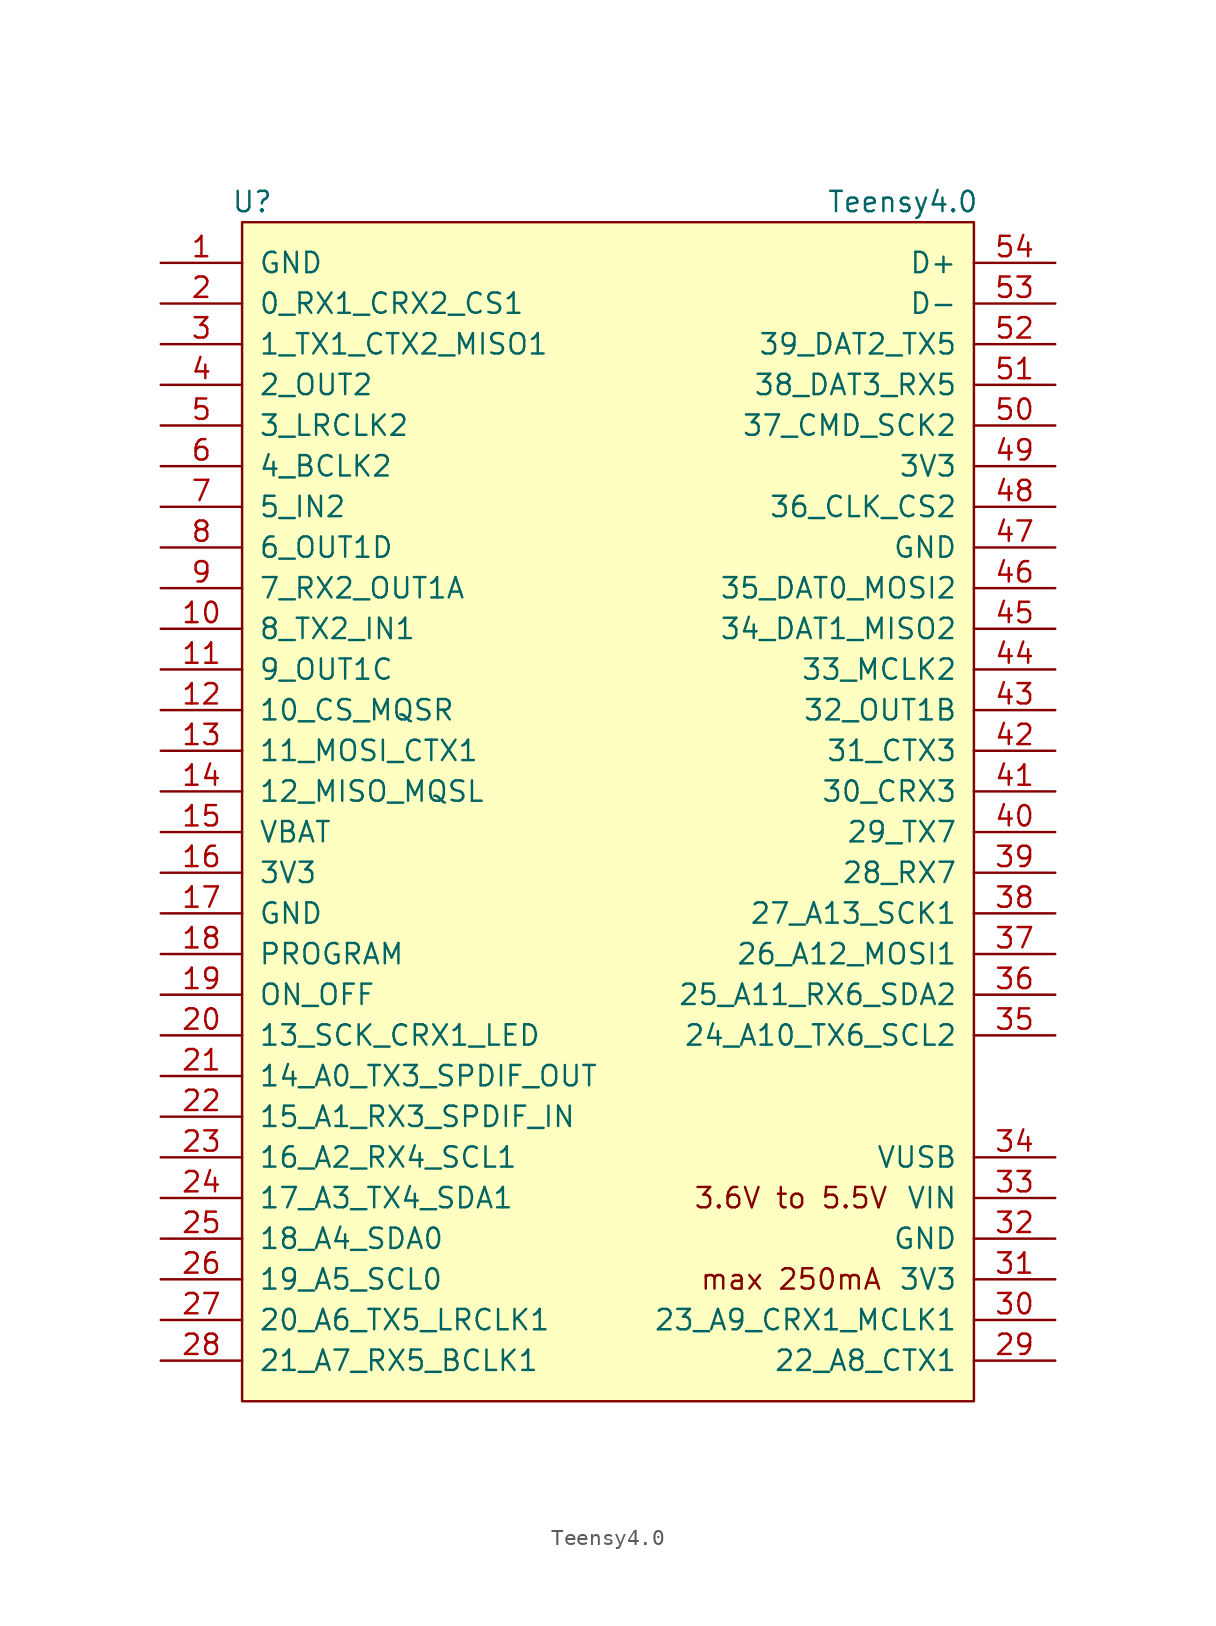
<source format=kicad_sym>
(kicad_symbol_lib
  (version 20211014)
  (generator kicad_symbol_editor)
  (symbol "Teensy4.0"
    (pin_names
      (offset 1.016))
    (property "Reference" "U"
      (at -22.225 38.1 0)
      (effects (font (size 1.27 1.27))))
    (property "Value" "Teensy4.0"
      (at 18.415 38.1 0)
      (effects (font (size 1.27 1.27))))
    (symbol "Teensy4.0_0_0"
      (text "3.6V to 5.5V" (at 11.43 -24.13 0) (effects (font (size 1.27 1.27))))
      (text "max 250mA" (at 11.43 -29.21 0) (effects (font (size 1.27 1.27))))
      (pin bidirectional line (at -27.94 11.43 0) (length 5.08) (name "8_TX2_IN1" (effects (font (size 1.27 1.27)))) (number "10" (effects (font (size 1.27 1.27)))))
      (pin bidirectional line (at -27.94 8.89 0) (length 5.08) (name "9_OUT1C" (effects (font (size 1.27 1.27)))) (number "11" (effects (font (size 1.27 1.27)))))
      (pin bidirectional line (at -27.94 6.35 0) (length 5.08) (name "10_CS_MQSR" (effects (font (size 1.27 1.27)))) (number "12" (effects (font (size 1.27 1.27)))))
      (pin bidirectional line (at -27.94 3.81 0) (length 5.08) (name "11_MOSI_CTX1" (effects (font (size 1.27 1.27)))) (number "13" (effects (font (size 1.27 1.27)))))
      (pin bidirectional line (at -27.94 1.27 0) (length 5.08) (name "12_MISO_MQSL" (effects (font (size 1.27 1.27)))) (number "14" (effects (font (size 1.27 1.27)))))
      (pin power_in line (at -27.94 -1.27 0) (length 5.08) (name "VBAT" (effects (font (size 1.27 1.27)))) (number "15" (effects (font (size 1.27 1.27)))))
      (pin power_in line (at -27.94 -3.81 0) (length 5.08) (name "3V3" (effects (font (size 1.27 1.27)))) (number "16" (effects (font (size 1.27 1.27)))))
      (pin power_in line (at -27.94 -6.35 0) (length 5.08) (name "GND" (effects (font (size 1.27 1.27)))) (number "17" (effects (font (size 1.27 1.27)))))
      (pin input line (at -27.94 -8.89 0) (length 5.08) (name "PROGRAM" (effects (font (size 1.27 1.27)))) (number "18" (effects (font (size 1.27 1.27)))))
      (pin input line (at -27.94 -11.43 0) (length 5.08) (name "ON_OFF" (effects (font (size 1.27 1.27)))) (number "19" (effects (font (size 1.27 1.27)))))
      (pin bidirectional line (at -27.94 -13.97 0) (length 5.08) (name "13_SCK_CRX1_LED" (effects (font (size 1.27 1.27)))) (number "20" (effects (font (size 1.27 1.27)))))
      (pin bidirectional line (at -27.94 -16.51 0) (length 5.08) (name "14_A0_TX3_SPDIF_OUT" (effects (font (size 1.27 1.27)))) (number "21" (effects (font (size 1.27 1.27)))))
      (pin bidirectional line (at -27.94 -19.05 0) (length 5.08) (name "15_A1_RX3_SPDIF_IN" (effects (font (size 1.27 1.27)))) (number "22" (effects (font (size 1.27 1.27)))))
      (pin bidirectional line (at -27.94 -21.59 0) (length 5.08) (name "16_A2_RX4_SCL1" (effects (font (size 1.27 1.27)))) (number "23" (effects (font (size 1.27 1.27)))))
      (pin bidirectional line (at -27.94 -24.13 0) (length 5.08) (name "17_A3_TX4_SDA1" (effects (font (size 1.27 1.27)))) (number "24" (effects (font (size 1.27 1.27)))))
      (pin bidirectional line (at -27.94 -26.67 0) (length 5.08) (name "18_A4_SDA0" (effects (font (size 1.27 1.27)))) (number "25" (effects (font (size 1.27 1.27)))))
      (pin bidirectional line (at -27.94 -29.21 0) (length 5.08) (name "19_A5_SCL0" (effects (font (size 1.27 1.27)))) (number "26" (effects (font (size 1.27 1.27)))))
      (pin bidirectional line (at -27.94 -31.75 0) (length 5.08) (name "20_A6_TX5_LRCLK1" (effects (font (size 1.27 1.27)))) (number "27" (effects (font (size 1.27 1.27)))))
      (pin bidirectional line (at -27.94 -34.29 0) (length 5.08) (name "21_A7_RX5_BCLK1" (effects (font (size 1.27 1.27)))) (number "28" (effects (font (size 1.27 1.27)))))
      (pin bidirectional line (at 27.94 -34.29 180) (length 5.08) (name "22_A8_CTX1" (effects (font (size 1.27 1.27)))) (number "29" (effects (font (size 1.27 1.27)))))
      (pin bidirectional line (at 27.94 -31.75 180) (length 5.08) (name "23_A9_CRX1_MCLK1" (effects (font (size 1.27 1.27)))) (number "30" (effects (font (size 1.27 1.27)))))
      (pin power_out line (at 27.94 -29.21 180) (length 5.08) (name "3V3" (effects (font (size 1.27 1.27)))) (number "31" (effects (font (size 1.27 1.27)))))
      (pin power_in line (at 27.94 -26.67 180) (length 5.08) (name "GND" (effects (font (size 1.27 1.27)))) (number "32" (effects (font (size 1.27 1.27)))))
      (pin power_in line (at 27.94 -24.13 180) (length 5.08) (name "VIN" (effects (font (size 1.27 1.27)))) (number "33" (effects (font (size 1.27 1.27)))))
      (pin power_out line (at 27.94 -21.59 180) (length 5.08) (name "VUSB" (effects (font (size 1.27 1.27)))) (number "34" (effects (font (size 1.27 1.27)))))
      (pin bidirectional line (at 27.94 -13.97 180) (length 5.08) (name "24_A10_TX6_SCL2" (effects (font (size 1.27 1.27)))) (number "35" (effects (font (size 1.27 1.27)))))
      (pin bidirectional line (at 27.94 -11.43 180) (length 5.08) (name "25_A11_RX6_SDA2" (effects (font (size 1.27 1.27)))) (number "36" (effects (font (size 1.27 1.27)))))
      (pin bidirectional line (at 27.94 -8.89 180) (length 5.08) (name "26_A12_MOSI1" (effects (font (size 1.27 1.27)))) (number "37" (effects (font (size 1.27 1.27)))))
      (pin bidirectional line (at 27.94 -6.35 180) (length 5.08) (name "27_A13_SCK1" (effects (font (size 1.27 1.27)))) (number "38" (effects (font (size 1.27 1.27)))))
      (pin bidirectional line (at 27.94 -3.81 180) (length 5.08) (name "28_RX7" (effects (font (size 1.27 1.27)))) (number "39" (effects (font (size 1.27 1.27)))))
      (pin bidirectional line (at 27.94 -1.27 180) (length 5.08) (name "29_TX7" (effects (font (size 1.27 1.27)))) (number "40" (effects (font (size 1.27 1.27)))))
      (pin bidirectional line (at 27.94 1.27 180) (length 5.08) (name "30_CRX3" (effects (font (size 1.27 1.27)))) (number "41" (effects (font (size 1.27 1.27)))))
      (pin bidirectional line (at 27.94 3.81 180) (length 5.08) (name "31_CTX3" (effects (font (size 1.27 1.27)))) (number "42" (effects (font (size 1.27 1.27)))))
      (pin bidirectional line (at 27.94 6.35 180) (length 5.08) (name "32_OUT1B" (effects (font (size 1.27 1.27)))) (number "43" (effects (font (size 1.27 1.27)))))
      (pin bidirectional line (at 27.94 8.89 180) (length 5.08) (name "33_MCLK2" (effects (font (size 1.27 1.27)))) (number "44" (effects (font (size 1.27 1.27)))))
      (pin bidirectional line (at 27.94 11.43 180) (length 5.08) (name "34_DAT1_MISO2" (effects (font (size 1.27 1.27)))) (number "45" (effects (font (size 1.27 1.27)))))
      (pin bidirectional line (at 27.94 13.97 180) (length 5.08) (name "35_DAT0_MOSI2" (effects (font (size 1.27 1.27)))) (number "46" (effects (font (size 1.27 1.27)))))
      (pin power_out line (at 27.94 16.51 180) (length 5.08) (name "GND" (effects (font (size 1.27 1.27)))) (number "47" (effects (font (size 1.27 1.27)))))
      (pin bidirectional line (at 27.94 19.05 180) (length 5.08) (name "36_CLK_CS2" (effects (font (size 1.27 1.27)))) (number "48" (effects (font (size 1.27 1.27)))))
      (pin power_out line (at 27.94 21.59 180) (length 5.08) (name "3V3" (effects (font (size 1.27 1.27)))) (number "49" (effects (font (size 1.27 1.27)))))
      (pin bidirectional line (at -27.94 24.13 0) (length 5.08) (name "3_LRCLK2" (effects (font (size 1.27 1.27)))) (number "5" (effects (font (size 1.27 1.27)))))
      (pin bidirectional line (at 27.94 24.13 180) (length 5.08) (name "37_CMD_SCK2" (effects (font (size 1.27 1.27)))) (number "50" (effects (font (size 1.27 1.27)))))
      (pin bidirectional line (at 27.94 26.67 180) (length 5.08) (name "38_DAT3_RX5" (effects (font (size 1.27 1.27)))) (number "51" (effects (font (size 1.27 1.27)))))
      (pin bidirectional line (at 27.94 29.21 180) (length 5.08) (name "39_DAT2_TX5" (effects (font (size 1.27 1.27)))) (number "52" (effects (font (size 1.27 1.27)))))
      (pin bidirectional line (at 27.94 31.75 180) (length 5.08) (name "D-" (effects (font (size 1.27 1.27)))) (number "53" (effects (font (size 1.27 1.27)))))
      (pin bidirectional line (at 27.94 34.29 180) (length 5.08) (name "D+" (effects (font (size 1.27 1.27)))) (number "54" (effects (font (size 1.27 1.27)))))
      (pin bidirectional line (at -27.94 21.59 0) (length 5.08) (name "4_BCLK2" (effects (font (size 1.27 1.27)))) (number "6" (effects (font (size 1.27 1.27)))))
      (pin bidirectional line (at -27.94 19.05 0) (length 5.08) (name "5_IN2" (effects (font (size 1.27 1.27)))) (number "7" (effects (font (size 1.27 1.27)))))
      (pin bidirectional line (at -27.94 16.51 0) (length 5.08) (name "6_OUT1D" (effects (font (size 1.27 1.27)))) (number "8" (effects (font (size 1.27 1.27)))))
      (pin bidirectional line (at -27.94 13.97 0) (length 5.08) (name "7_RX2_OUT1A" (effects (font (size 1.27 1.27)))) (number "9" (effects (font (size 1.27 1.27))))))
    (symbol "Teensy4.0_0_1"
      (rectangle (start -22.86 36.83) (end 22.86 -36.83) (stroke (width 0) (type default) (color 0 0 0 0)) (fill (type background)))
      (rectangle (start -20.32 -31.75) (end -20.32 -31.75) (stroke (width 0) (type default) (color 0 0 0 0)) (fill (type none))))
    (symbol "Teensy4.0_1_1"
      (pin power_in line (at -27.94 34.29 0) (length 5.08) (name "GND" (effects (font (size 1.27 1.27)))) (number "1" (effects (font (size 1.27 1.27)))))
      (pin bidirectional line (at -27.94 31.75 0) (length 5.08) (name "0_RX1_CRX2_CS1" (effects (font (size 1.27 1.27)))) (number "2" (effects (font (size 1.27 1.27)))))
      (pin bidirectional line (at -27.94 29.21 0) (length 5.08) (name "1_TX1_CTX2_MISO1" (effects (font (size 1.27 1.27)))) (number "3" (effects (font (size 1.27 1.27)))))
      (pin bidirectional line (at -27.94 26.67 0) (length 5.08) (name "2_OUT2" (effects (font (size 1.27 1.27)))) (number "4" (effects (font (size 1.27 1.27))))))))
</source>
